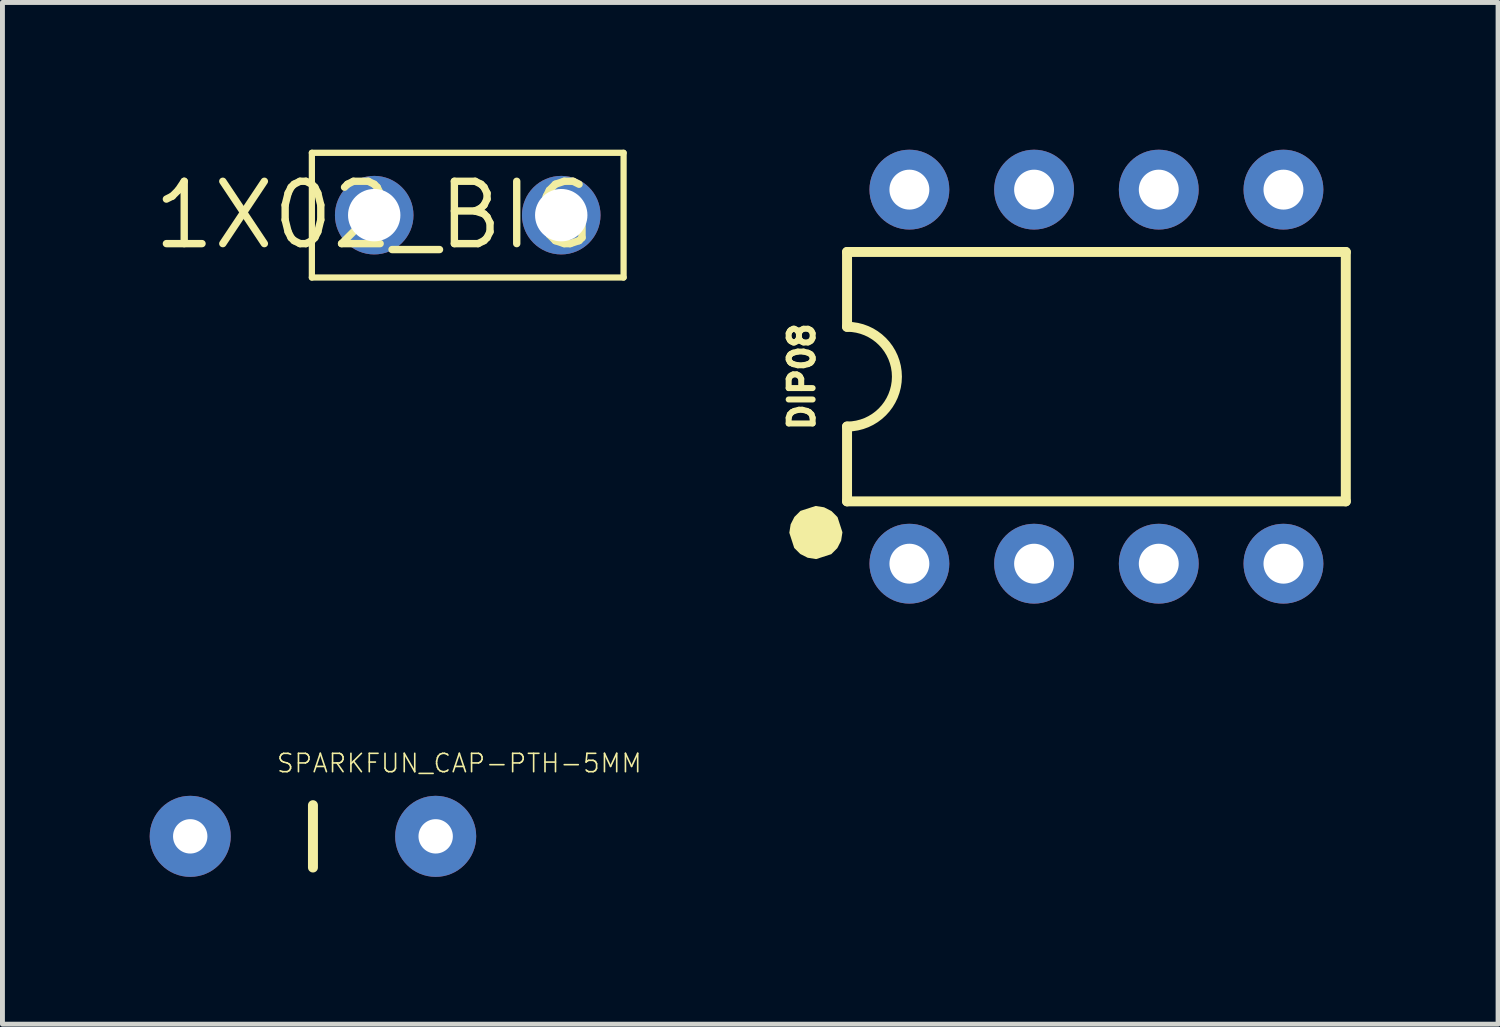
<source format=kicad_pcb>
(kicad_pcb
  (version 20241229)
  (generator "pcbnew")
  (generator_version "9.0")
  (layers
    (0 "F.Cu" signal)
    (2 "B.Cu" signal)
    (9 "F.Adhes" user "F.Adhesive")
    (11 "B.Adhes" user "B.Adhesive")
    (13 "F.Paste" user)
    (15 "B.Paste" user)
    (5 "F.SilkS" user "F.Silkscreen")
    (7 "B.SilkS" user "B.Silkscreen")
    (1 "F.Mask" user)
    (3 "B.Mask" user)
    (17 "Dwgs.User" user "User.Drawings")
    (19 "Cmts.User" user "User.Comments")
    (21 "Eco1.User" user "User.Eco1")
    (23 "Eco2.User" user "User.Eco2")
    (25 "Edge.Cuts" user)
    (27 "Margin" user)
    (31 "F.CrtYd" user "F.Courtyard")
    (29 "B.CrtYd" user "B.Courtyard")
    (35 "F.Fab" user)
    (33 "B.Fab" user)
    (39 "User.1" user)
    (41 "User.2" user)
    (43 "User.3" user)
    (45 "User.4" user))
  (footprint "1X02_BIG"
    (layer "F.Cu")
    (at 4.573 1.333)
    (property "Reference" "1X02_BIG" (at 0 0 0) (layer "F.SilkS") (effects (font (size 1.27 1.27) (thickness 0.15))))
    (fp_line (start -1.27 -1.27) (end -1.27 1.27) (stroke (width 0.127) (type solid)) (layer "F.SilkS"))
    (fp_line (start -1.27 1.27) (end 5.08 1.27) (stroke (width 0.127) (type solid)) (layer "F.SilkS"))
    (fp_line (start 5.08 -1.27) (end -1.27 -1.27) (stroke (width 0.127) (type solid)) (layer "F.SilkS"))
    (fp_line (start 5.08 1.27) (end 5.08 -1.27) (stroke (width 0.127) (type solid)) (layer "F.SilkS"))
    (pad "P$1" thru_hole circle (at 0 0) (size 1.6 1.6) (drill 1.067) (layers "*.Cu" "*.Mask"))
    (pad "P$2" thru_hole circle (at 3.81 0) (size 1.6 1.6) (drill 1.067) (layers "*.Cu" "*.Mask")))
  (footprint "SPARKFUN_CAP-PTH-5MM"
    (layer "F.Cu")
    (at 3.325 13.987)
    (property "Reference" "SPARKFUN_CAP-PTH-5MM" (at -0.762 -1.27 0) (layer "F.SilkS") (effects (font (size 0.374 0.374) (thickness 0.033)) (justify left bottom)))
    (fp_line (start 0 -0.635) (end 0 0.635) (stroke (width 0.203) (type solid)) (layer "F.SilkS"))
    (pad "1" thru_hole circle (at -2.5 0) (size 1.651 1.651) (drill 0.7) (layers "*.Cu" "*.Mask"))
    (pad "2" thru_hole circle (at 2.5 0) (size 1.651 1.651) (drill 0.7) (layers "*.Cu" "*.Mask")))
  (footprint "DIP08"
    (layer "F.Cu")
    (at 19.285 4.623)
    (property "Reference" "DIP08" (at -5.715 0 90) (layer "F.SilkS") (effects (font (size 0.488 0.488) (thickness 0.122)) (justify bottom)))
    (fp_line (start -5.08 -2.54) (end -5.08 -1.016) (stroke (width 0.203) (type solid)) (layer "F.SilkS"))
    (fp_line (start -5.08 2.54) (end -5.08 1.016) (stroke (width 0.203) (type solid)) (layer "F.SilkS"))
    (fp_line (start -5.08 2.54) (end 5.08 2.54) (stroke (width 0.203) (type solid)) (layer "F.SilkS"))
    (fp_line (start 5.08 -2.54) (end -5.08 -2.54) (stroke (width 0.203) (type solid)) (layer "F.SilkS"))
    (fp_line (start 5.08 -2.54) (end 5.08 2.54) (stroke (width 0.203) (type solid)) (layer "F.SilkS"))
    (fp_arc (start -5.08 -1.016) (mid -4.064 0) (end -5.08 1.016) (stroke (width 0.2032) (type solid)) (layer "F.SilkS"))
    (fp_poly (pts (xy -5.548 2.661) (xy -5.397 2.738) (xy -5.274 2.861) (xy -5.174 3.17) (xy -5.201 3.342) (xy -5.278 3.493) (xy -5.401 3.616) (xy -5.71 3.716) (xy -5.882 3.689) (xy -6.033 3.612) (xy -6.156 3.489) (xy -6.256 3.18) (xy -6.229 3.008) (xy -6.152 2.857) (xy -6.029 2.734) (xy -5.72 2.634)) (stroke (width 0) (type default)) (fill yes) (layer "F.SilkS"))
    (pad "1" thru_hole circle (at -3.81 3.81 90) (size 1.626 1.626) (drill 0.813) (layers "*.Cu" "*.Mask"))
    (pad "2" thru_hole circle (at -1.27 3.81 90) (size 1.626 1.626) (drill 0.813) (layers "*.Cu" "*.Mask"))
    (pad "3" thru_hole circle (at 1.27 3.81 90) (size 1.626 1.626) (drill 0.813) (layers "*.Cu" "*.Mask"))
    (pad "4" thru_hole circle (at 3.81 3.81 90) (size 1.626 1.626) (drill 0.813) (layers "*.Cu" "*.Mask"))
    (pad "5" thru_hole circle (at 3.81 -3.81 90) (size 1.626 1.626) (drill 0.813) (layers "*.Cu" "*.Mask"))
    (pad "6" thru_hole circle (at 1.27 -3.81 90) (size 1.626 1.626) (drill 0.813) (layers "*.Cu" "*.Mask"))
    (pad "7" thru_hole circle (at -1.27 -3.81 90) (size 1.626 1.626) (drill 0.813) (layers "*.Cu" "*.Mask"))
    (pad "8" thru_hole circle (at -3.81 -3.81 90) (size 1.626 1.626) (drill 0.813) (layers "*.Cu" "*.Mask")))
  (gr_rect
    (start -3 -3)
    (end 27.467 17.813)
    (stroke (width 0.1) (type default))
    (fill no)
    (layer "Edge.Cuts")))
</source>
